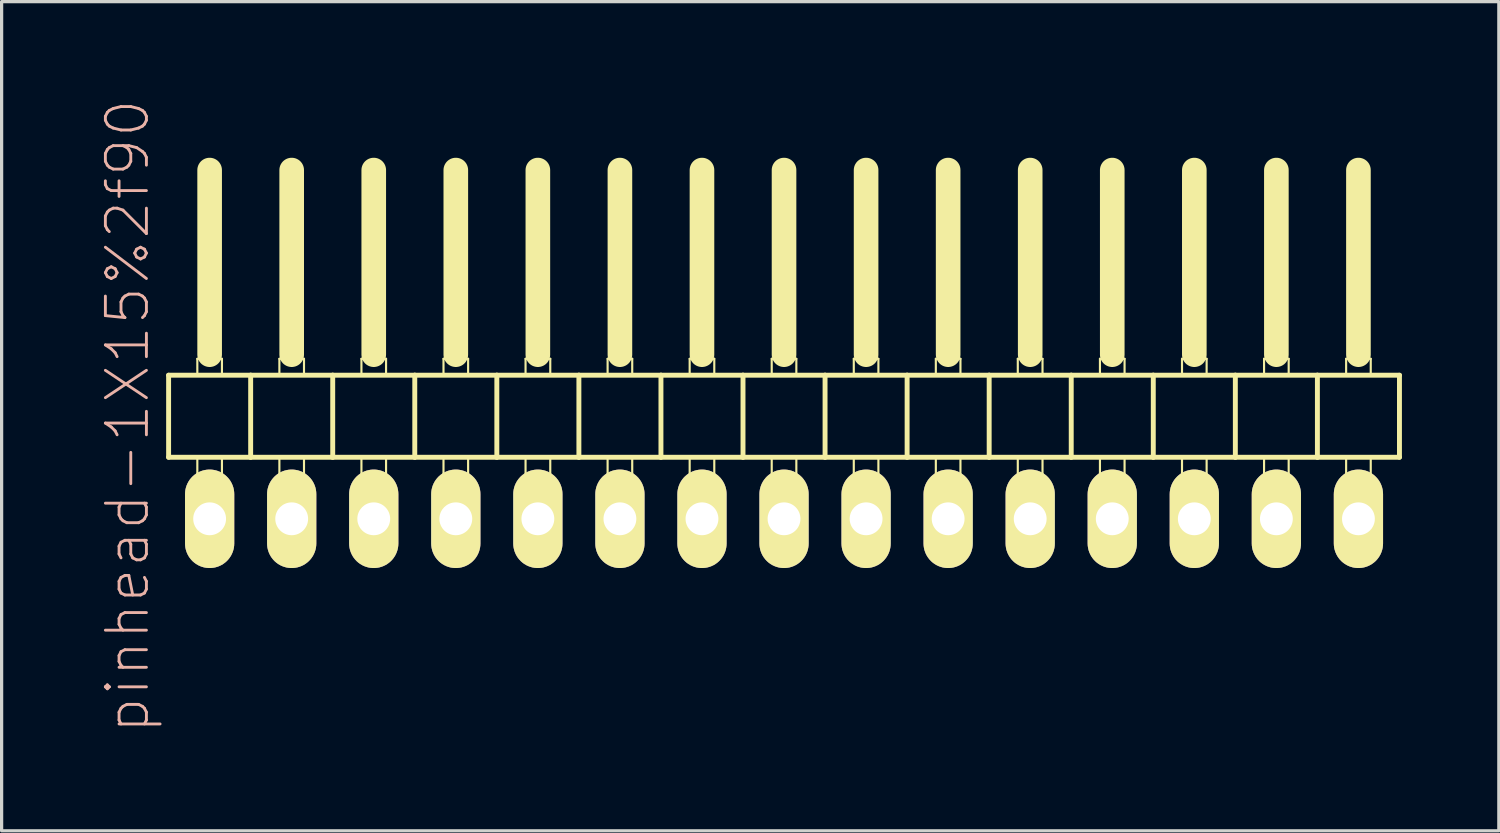
<source format=kicad_pcb>
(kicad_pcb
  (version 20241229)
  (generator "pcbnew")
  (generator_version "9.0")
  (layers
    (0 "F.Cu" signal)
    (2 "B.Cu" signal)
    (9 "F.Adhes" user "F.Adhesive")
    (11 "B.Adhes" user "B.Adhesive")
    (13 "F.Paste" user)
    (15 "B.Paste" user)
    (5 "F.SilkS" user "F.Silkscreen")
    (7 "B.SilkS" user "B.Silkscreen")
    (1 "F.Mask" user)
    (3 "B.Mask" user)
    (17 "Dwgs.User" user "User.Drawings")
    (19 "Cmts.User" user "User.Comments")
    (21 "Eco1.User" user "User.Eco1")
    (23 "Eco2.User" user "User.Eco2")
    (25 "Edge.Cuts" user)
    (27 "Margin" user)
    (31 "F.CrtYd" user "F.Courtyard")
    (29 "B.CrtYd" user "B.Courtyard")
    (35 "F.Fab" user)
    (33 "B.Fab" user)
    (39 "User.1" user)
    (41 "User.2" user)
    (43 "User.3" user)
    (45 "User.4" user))
  (footprint "pinhead-1X15%2f90"
    (layer "F.Cu")
    (at 21.219 9.199)
    (property "Reference" "pinhead-1X15%2f90" (at -20.32 0.635 90) (layer "B.SilkS") (effects (font (size 1.27 1.27) (thickness 0.089))))
    (attr exclude_from_pos_files exclude_from_bom)
    (fp_line (start -19.05 -0.635) (end -19.05 1.905) (stroke (width 0.152) (type solid)) (layer "F.SilkS"))
    (fp_line (start -19.05 1.905) (end -16.51 1.905) (stroke (width 0.152) (type solid)) (layer "F.SilkS"))
    (fp_line (start -18.161 -1.143) (end -17.399 -1.143) (stroke (width 0.066) (type solid)) (layer "F.SilkS"))
    (fp_line (start -18.161 -0.635) (end -18.161 -1.143) (stroke (width 0.066) (type solid)) (layer "F.SilkS"))
    (fp_line (start -18.161 -0.635) (end -17.399 -0.635) (stroke (width 0.066) (type solid)) (layer "F.SilkS"))
    (fp_line (start -18.161 1.905) (end -17.399 1.905) (stroke (width 0.066) (type solid)) (layer "F.SilkS"))
    (fp_line (start -18.161 2.921) (end -18.161 1.905) (stroke (width 0.066) (type solid)) (layer "F.SilkS"))
    (fp_line (start -18.161 2.921) (end -17.399 2.921) (stroke (width 0.066) (type solid)) (layer "F.SilkS"))
    (fp_line (start -17.78 -6.985) (end -17.78 -1.27) (stroke (width 0.762) (type solid)) (layer "F.SilkS"))
    (fp_line (start -17.399 -0.635) (end -17.399 -1.143) (stroke (width 0.066) (type solid)) (layer "F.SilkS"))
    (fp_line (start -17.399 2.921) (end -17.399 1.905) (stroke (width 0.066) (type solid)) (layer "F.SilkS"))
    (fp_line (start -16.51 -0.635) (end -19.05 -0.635) (stroke (width 0.152) (type solid)) (layer "F.SilkS"))
    (fp_line (start -16.51 1.905) (end -16.51 -0.635) (stroke (width 0.152) (type solid)) (layer "F.SilkS"))
    (fp_line (start -16.51 1.905) (end -13.97 1.905) (stroke (width 0.152) (type solid)) (layer "F.SilkS"))
    (fp_line (start -15.621 -1.143) (end -14.859 -1.143) (stroke (width 0.066) (type solid)) (layer "F.SilkS"))
    (fp_line (start -15.621 -0.635) (end -15.621 -1.143) (stroke (width 0.066) (type solid)) (layer "F.SilkS"))
    (fp_line (start -15.621 -0.635) (end -14.859 -0.635) (stroke (width 0.066) (type solid)) (layer "F.SilkS"))
    (fp_line (start -15.621 1.905) (end -14.859 1.905) (stroke (width 0.066) (type solid)) (layer "F.SilkS"))
    (fp_line (start -15.621 2.921) (end -15.621 1.905) (stroke (width 0.066) (type solid)) (layer "F.SilkS"))
    (fp_line (start -15.621 2.921) (end -14.859 2.921) (stroke (width 0.066) (type solid)) (layer "F.SilkS"))
    (fp_line (start -15.24 -6.985) (end -15.24 -1.27) (stroke (width 0.762) (type solid)) (layer "F.SilkS"))
    (fp_line (start -14.859 -0.635) (end -14.859 -1.143) (stroke (width 0.066) (type solid)) (layer "F.SilkS"))
    (fp_line (start -14.859 2.921) (end -14.859 1.905) (stroke (width 0.066) (type solid)) (layer "F.SilkS"))
    (fp_line (start -13.97 -0.635) (end -16.51 -0.635) (stroke (width 0.152) (type solid)) (layer "F.SilkS"))
    (fp_line (start -13.97 1.905) (end -13.97 -0.635) (stroke (width 0.152) (type solid)) (layer "F.SilkS"))
    (fp_line (start -13.97 1.905) (end -11.43 1.905) (stroke (width 0.152) (type solid)) (layer "F.SilkS"))
    (fp_line (start -13.081 -1.143) (end -12.319 -1.143) (stroke (width 0.066) (type solid)) (layer "F.SilkS"))
    (fp_line (start -13.081 -0.635) (end -13.081 -1.143) (stroke (width 0.066) (type solid)) (layer "F.SilkS"))
    (fp_line (start -13.081 -0.635) (end -12.319 -0.635) (stroke (width 0.066) (type solid)) (layer "F.SilkS"))
    (fp_line (start -13.081 1.905) (end -12.319 1.905) (stroke (width 0.066) (type solid)) (layer "F.SilkS"))
    (fp_line (start -13.081 2.921) (end -13.081 1.905) (stroke (width 0.066) (type solid)) (layer "F.SilkS"))
    (fp_line (start -13.081 2.921) (end -12.319 2.921) (stroke (width 0.066) (type solid)) (layer "F.SilkS"))
    (fp_line (start -12.7 -6.985) (end -12.7 -1.27) (stroke (width 0.762) (type solid)) (layer "F.SilkS"))
    (fp_line (start -12.319 -0.635) (end -12.319 -1.143) (stroke (width 0.066) (type solid)) (layer "F.SilkS"))
    (fp_line (start -12.319 2.921) (end -12.319 1.905) (stroke (width 0.066) (type solid)) (layer "F.SilkS"))
    (fp_line (start -11.43 -0.635) (end -13.97 -0.635) (stroke (width 0.152) (type solid)) (layer "F.SilkS"))
    (fp_line (start -11.43 1.905) (end -11.43 -0.635) (stroke (width 0.152) (type solid)) (layer "F.SilkS"))
    (fp_line (start -11.43 1.905) (end -8.89 1.905) (stroke (width 0.152) (type solid)) (layer "F.SilkS"))
    (fp_line (start -10.541 -1.143) (end -9.779 -1.143) (stroke (width 0.066) (type solid)) (layer "F.SilkS"))
    (fp_line (start -10.541 -0.635) (end -10.541 -1.143) (stroke (width 0.066) (type solid)) (layer "F.SilkS"))
    (fp_line (start -10.541 -0.635) (end -9.779 -0.635) (stroke (width 0.066) (type solid)) (layer "F.SilkS"))
    (fp_line (start -10.541 1.905) (end -9.779 1.905) (stroke (width 0.066) (type solid)) (layer "F.SilkS"))
    (fp_line (start -10.541 2.921) (end -10.541 1.905) (stroke (width 0.066) (type solid)) (layer "F.SilkS"))
    (fp_line (start -10.541 2.921) (end -9.779 2.921) (stroke (width 0.066) (type solid)) (layer "F.SilkS"))
    (fp_line (start -10.16 -6.985) (end -10.16 -1.27) (stroke (width 0.762) (type solid)) (layer "F.SilkS"))
    (fp_line (start -9.779 -0.635) (end -9.779 -1.143) (stroke (width 0.066) (type solid)) (layer "F.SilkS"))
    (fp_line (start -9.779 2.921) (end -9.779 1.905) (stroke (width 0.066) (type solid)) (layer "F.SilkS"))
    (fp_line (start -8.89 -0.635) (end -11.43 -0.635) (stroke (width 0.152) (type solid)) (layer "F.SilkS"))
    (fp_line (start -8.89 1.905) (end -8.89 -0.635) (stroke (width 0.152) (type solid)) (layer "F.SilkS"))
    (fp_line (start -8.89 1.905) (end -6.35 1.905) (stroke (width 0.152) (type solid)) (layer "F.SilkS"))
    (fp_line (start -8.001 -1.143) (end -7.236 -1.143) (stroke (width 0.066) (type solid)) (layer "F.SilkS"))
    (fp_line (start -8.001 -0.635) (end -8.001 -1.143) (stroke (width 0.066) (type solid)) (layer "F.SilkS"))
    (fp_line (start -8.001 -0.635) (end -7.236 -0.635) (stroke (width 0.066) (type solid)) (layer "F.SilkS"))
    (fp_line (start -8.001 1.905) (end -7.236 1.905) (stroke (width 0.066) (type solid)) (layer "F.SilkS"))
    (fp_line (start -8.001 2.921) (end -8.001 1.905) (stroke (width 0.066) (type solid)) (layer "F.SilkS"))
    (fp_line (start -8.001 2.921) (end -7.236 2.921) (stroke (width 0.066) (type solid)) (layer "F.SilkS"))
    (fp_line (start -7.62 -6.985) (end -7.62 -1.27) (stroke (width 0.762) (type solid)) (layer "F.SilkS"))
    (fp_line (start -7.236 -0.635) (end -7.236 -1.143) (stroke (width 0.066) (type solid)) (layer "F.SilkS"))
    (fp_line (start -7.236 2.921) (end -7.236 1.905) (stroke (width 0.066) (type solid)) (layer "F.SilkS"))
    (fp_line (start -6.35 -0.635) (end -8.89 -0.635) (stroke (width 0.152) (type solid)) (layer "F.SilkS"))
    (fp_line (start -6.35 1.905) (end -6.35 -0.635) (stroke (width 0.152) (type solid)) (layer "F.SilkS"))
    (fp_line (start -6.35 1.905) (end -3.81 1.905) (stroke (width 0.152) (type solid)) (layer "F.SilkS"))
    (fp_line (start -5.461 -1.143) (end -4.699 -1.143) (stroke (width 0.066) (type solid)) (layer "F.SilkS"))
    (fp_line (start -5.461 -0.635) (end -5.461 -1.143) (stroke (width 0.066) (type solid)) (layer "F.SilkS"))
    (fp_line (start -5.461 -0.635) (end -4.699 -0.635) (stroke (width 0.066) (type solid)) (layer "F.SilkS"))
    (fp_line (start -5.461 1.905) (end -4.699 1.905) (stroke (width 0.066) (type solid)) (layer "F.SilkS"))
    (fp_line (start -5.461 2.921) (end -5.461 1.905) (stroke (width 0.066) (type solid)) (layer "F.SilkS"))
    (fp_line (start -5.461 2.921) (end -4.699 2.921) (stroke (width 0.066) (type solid)) (layer "F.SilkS"))
    (fp_line (start -5.08 -6.985) (end -5.08 -1.27) (stroke (width 0.762) (type solid)) (layer "F.SilkS"))
    (fp_line (start -4.699 -0.635) (end -4.699 -1.143) (stroke (width 0.066) (type solid)) (layer "F.SilkS"))
    (fp_line (start -4.699 2.921) (end -4.699 1.905) (stroke (width 0.066) (type solid)) (layer "F.SilkS"))
    (fp_line (start -3.81 -0.635) (end -6.35 -0.635) (stroke (width 0.152) (type solid)) (layer "F.SilkS"))
    (fp_line (start -3.81 1.905) (end -3.81 -0.635) (stroke (width 0.152) (type solid)) (layer "F.SilkS"))
    (fp_line (start -3.81 1.905) (end -1.27 1.905) (stroke (width 0.152) (type solid)) (layer "F.SilkS"))
    (fp_line (start -2.921 -1.143) (end -2.159 -1.143) (stroke (width 0.066) (type solid)) (layer "F.SilkS"))
    (fp_line (start -2.921 -0.635) (end -2.921 -1.143) (stroke (width 0.066) (type solid)) (layer "F.SilkS"))
    (fp_line (start -2.921 -0.635) (end -2.159 -0.635) (stroke (width 0.066) (type solid)) (layer "F.SilkS"))
    (fp_line (start -2.921 1.905) (end -2.159 1.905) (stroke (width 0.066) (type solid)) (layer "F.SilkS"))
    (fp_line (start -2.921 2.921) (end -2.921 1.905) (stroke (width 0.066) (type solid)) (layer "F.SilkS"))
    (fp_line (start -2.921 2.921) (end -2.159 2.921) (stroke (width 0.066) (type solid)) (layer "F.SilkS"))
    (fp_line (start -2.54 -6.985) (end -2.54 -1.27) (stroke (width 0.762) (type solid)) (layer "F.SilkS"))
    (fp_line (start -2.159 -0.635) (end -2.159 -1.143) (stroke (width 0.066) (type solid)) (layer "F.SilkS"))
    (fp_line (start -2.159 2.921) (end -2.159 1.905) (stroke (width 0.066) (type solid)) (layer "F.SilkS"))
    (fp_line (start -1.27 -0.635) (end -3.81 -0.635) (stroke (width 0.152) (type solid)) (layer "F.SilkS"))
    (fp_line (start -1.27 1.905) (end -1.27 -0.635) (stroke (width 0.152) (type solid)) (layer "F.SilkS"))
    (fp_line (start -1.27 1.905) (end 1.27 1.905) (stroke (width 0.152) (type solid)) (layer "F.SilkS"))
    (fp_line (start -0.381 -1.143) (end 0.381 -1.143) (stroke (width 0.066) (type solid)) (layer "F.SilkS"))
    (fp_line (start -0.381 -0.635) (end -0.381 -1.143) (stroke (width 0.066) (type solid)) (layer "F.SilkS"))
    (fp_line (start -0.381 -0.635) (end 0.381 -0.635) (stroke (width 0.066) (type solid)) (layer "F.SilkS"))
    (fp_line (start -0.381 1.905) (end 0.381 1.905) (stroke (width 0.066) (type solid)) (layer "F.SilkS"))
    (fp_line (start -0.381 2.921) (end -0.381 1.905) (stroke (width 0.066) (type solid)) (layer "F.SilkS"))
    (fp_line (start -0.381 2.921) (end 0.381 2.921) (stroke (width 0.066) (type solid)) (layer "F.SilkS"))
    (fp_line (start 0 -6.985) (end 0 -1.27) (stroke (width 0.762) (type solid)) (layer "F.SilkS"))
    (fp_line (start 0.381 -0.635) (end 0.381 -1.143) (stroke (width 0.066) (type solid)) (layer "F.SilkS"))
    (fp_line (start 0.381 2.921) (end 0.381 1.905) (stroke (width 0.066) (type solid)) (layer "F.SilkS"))
    (fp_line (start 1.27 -0.635) (end -1.27 -0.635) (stroke (width 0.152) (type solid)) (layer "F.SilkS"))
    (fp_line (start 1.27 1.905) (end 1.27 -0.635) (stroke (width 0.152) (type solid)) (layer "F.SilkS"))
    (fp_line (start 1.27 1.905) (end 3.81 1.905) (stroke (width 0.152) (type solid)) (layer "F.SilkS"))
    (fp_line (start 2.159 -1.143) (end 2.921 -1.143) (stroke (width 0.066) (type solid)) (layer "F.SilkS"))
    (fp_line (start 2.159 -0.635) (end 2.159 -1.143) (stroke (width 0.066) (type solid)) (layer "F.SilkS"))
    (fp_line (start 2.159 -0.635) (end 2.921 -0.635) (stroke (width 0.066) (type solid)) (layer "F.SilkS"))
    (fp_line (start 2.159 1.905) (end 2.921 1.905) (stroke (width 0.066) (type solid)) (layer "F.SilkS"))
    (fp_line (start 2.159 2.921) (end 2.159 1.905) (stroke (width 0.066) (type solid)) (layer "F.SilkS"))
    (fp_line (start 2.159 2.921) (end 2.921 2.921) (stroke (width 0.066) (type solid)) (layer "F.SilkS"))
    (fp_line (start 2.54 -6.985) (end 2.54 -1.27) (stroke (width 0.762) (type solid)) (layer "F.SilkS"))
    (fp_line (start 2.921 -0.635) (end 2.921 -1.143) (stroke (width 0.066) (type solid)) (layer "F.SilkS"))
    (fp_line (start 2.921 2.921) (end 2.921 1.905) (stroke (width 0.066) (type solid)) (layer "F.SilkS"))
    (fp_line (start 3.81 -0.635) (end 1.27 -0.635) (stroke (width 0.152) (type solid)) (layer "F.SilkS"))
    (fp_line (start 3.81 1.905) (end 3.81 -0.635) (stroke (width 0.152) (type solid)) (layer "F.SilkS"))
    (fp_line (start 3.81 1.905) (end 6.35 1.905) (stroke (width 0.152) (type solid)) (layer "F.SilkS"))
    (fp_line (start 4.699 -1.143) (end 5.461 -1.143) (stroke (width 0.066) (type solid)) (layer "F.SilkS"))
    (fp_line (start 4.699 -0.635) (end 4.699 -1.143) (stroke (width 0.066) (type solid)) (layer "F.SilkS"))
    (fp_line (start 4.699 -0.635) (end 5.461 -0.635) (stroke (width 0.066) (type solid)) (layer "F.SilkS"))
    (fp_line (start 4.699 1.905) (end 5.461 1.905) (stroke (width 0.066) (type solid)) (layer "F.SilkS"))
    (fp_line (start 4.699 2.921) (end 4.699 1.905) (stroke (width 0.066) (type solid)) (layer "F.SilkS"))
    (fp_line (start 4.699 2.921) (end 5.461 2.921) (stroke (width 0.066) (type solid)) (layer "F.SilkS"))
    (fp_line (start 5.08 -6.985) (end 5.08 -1.27) (stroke (width 0.762) (type solid)) (layer "F.SilkS"))
    (fp_line (start 5.461 -0.635) (end 5.461 -1.143) (stroke (width 0.066) (type solid)) (layer "F.SilkS"))
    (fp_line (start 5.461 2.921) (end 5.461 1.905) (stroke (width 0.066) (type solid)) (layer "F.SilkS"))
    (fp_line (start 6.35 -0.635) (end 3.81 -0.635) (stroke (width 0.152) (type solid)) (layer "F.SilkS"))
    (fp_line (start 6.35 1.905) (end 6.35 -0.635) (stroke (width 0.152) (type solid)) (layer "F.SilkS"))
    (fp_line (start 6.35 1.905) (end 8.89 1.905) (stroke (width 0.152) (type solid)) (layer "F.SilkS"))
    (fp_line (start 7.236 -1.143) (end 8.001 -1.143) (stroke (width 0.066) (type solid)) (layer "F.SilkS"))
    (fp_line (start 7.236 -0.635) (end 7.236 -1.143) (stroke (width 0.066) (type solid)) (layer "F.SilkS"))
    (fp_line (start 7.236 -0.635) (end 8.001 -0.635) (stroke (width 0.066) (type solid)) (layer "F.SilkS"))
    (fp_line (start 7.236 1.905) (end 8.001 1.905) (stroke (width 0.066) (type solid)) (layer "F.SilkS"))
    (fp_line (start 7.236 2.921) (end 7.236 1.905) (stroke (width 0.066) (type solid)) (layer "F.SilkS"))
    (fp_line (start 7.236 2.921) (end 8.001 2.921) (stroke (width 0.066) (type solid)) (layer "F.SilkS"))
    (fp_line (start 7.62 -6.985) (end 7.62 -1.27) (stroke (width 0.762) (type solid)) (layer "F.SilkS"))
    (fp_line (start 8.001 -0.635) (end 8.001 -1.143) (stroke (width 0.066) (type solid)) (layer "F.SilkS"))
    (fp_line (start 8.001 2.921) (end 8.001 1.905) (stroke (width 0.066) (type solid)) (layer "F.SilkS"))
    (fp_line (start 8.89 -0.635) (end 6.35 -0.635) (stroke (width 0.152) (type solid)) (layer "F.SilkS"))
    (fp_line (start 8.89 1.905) (end 8.89 -0.635) (stroke (width 0.152) (type solid)) (layer "F.SilkS"))
    (fp_line (start 8.89 1.905) (end 11.43 1.905) (stroke (width 0.152) (type solid)) (layer "F.SilkS"))
    (fp_line (start 9.779 -1.143) (end 10.541 -1.143) (stroke (width 0.066) (type solid)) (layer "F.SilkS"))
    (fp_line (start 9.779 -0.635) (end 9.779 -1.143) (stroke (width 0.066) (type solid)) (layer "F.SilkS"))
    (fp_line (start 9.779 -0.635) (end 10.541 -0.635) (stroke (width 0.066) (type solid)) (layer "F.SilkS"))
    (fp_line (start 9.779 1.905) (end 10.541 1.905) (stroke (width 0.066) (type solid)) (layer "F.SilkS"))
    (fp_line (start 9.779 2.921) (end 9.779 1.905) (stroke (width 0.066) (type solid)) (layer "F.SilkS"))
    (fp_line (start 9.779 2.921) (end 10.541 2.921) (stroke (width 0.066) (type solid)) (layer "F.SilkS"))
    (fp_line (start 10.16 -6.985) (end 10.16 -1.27) (stroke (width 0.762) (type solid)) (layer "F.SilkS"))
    (fp_line (start 10.541 -0.635) (end 10.541 -1.143) (stroke (width 0.066) (type solid)) (layer "F.SilkS"))
    (fp_line (start 10.541 2.921) (end 10.541 1.905) (stroke (width 0.066) (type solid)) (layer "F.SilkS"))
    (fp_line (start 11.43 -0.635) (end 8.89 -0.635) (stroke (width 0.152) (type solid)) (layer "F.SilkS"))
    (fp_line (start 11.43 1.905) (end 11.43 -0.635) (stroke (width 0.152) (type solid)) (layer "F.SilkS"))
    (fp_line (start 11.43 1.905) (end 13.97 1.905) (stroke (width 0.152) (type solid)) (layer "F.SilkS"))
    (fp_line (start 12.319 -1.143) (end 13.081 -1.143) (stroke (width 0.066) (type solid)) (layer "F.SilkS"))
    (fp_line (start 12.319 -0.635) (end 12.319 -1.143) (stroke (width 0.066) (type solid)) (layer "F.SilkS"))
    (fp_line (start 12.319 -0.635) (end 13.081 -0.635) (stroke (width 0.066) (type solid)) (layer "F.SilkS"))
    (fp_line (start 12.319 1.905) (end 13.081 1.905) (stroke (width 0.066) (type solid)) (layer "F.SilkS"))
    (fp_line (start 12.319 2.921) (end 12.319 1.905) (stroke (width 0.066) (type solid)) (layer "F.SilkS"))
    (fp_line (start 12.319 2.921) (end 13.081 2.921) (stroke (width 0.066) (type solid)) (layer "F.SilkS"))
    (fp_line (start 12.7 -6.985) (end 12.7 -1.27) (stroke (width 0.762) (type solid)) (layer "F.SilkS"))
    (fp_line (start 13.081 -0.635) (end 13.081 -1.143) (stroke (width 0.066) (type solid)) (layer "F.SilkS"))
    (fp_line (start 13.081 2.921) (end 13.081 1.905) (stroke (width 0.066) (type solid)) (layer "F.SilkS"))
    (fp_line (start 13.97 -0.635) (end 11.43 -0.635) (stroke (width 0.152) (type solid)) (layer "F.SilkS"))
    (fp_line (start 13.97 1.905) (end 13.97 -0.635) (stroke (width 0.152) (type solid)) (layer "F.SilkS"))
    (fp_line (start 13.97 1.905) (end 16.51 1.905) (stroke (width 0.152) (type solid)) (layer "F.SilkS"))
    (fp_line (start 14.859 -1.143) (end 15.621 -1.143) (stroke (width 0.066) (type solid)) (layer "F.SilkS"))
    (fp_line (start 14.859 -0.635) (end 14.859 -1.143) (stroke (width 0.066) (type solid)) (layer "F.SilkS"))
    (fp_line (start 14.859 -0.635) (end 15.621 -0.635) (stroke (width 0.066) (type solid)) (layer "F.SilkS"))
    (fp_line (start 14.859 1.905) (end 15.621 1.905) (stroke (width 0.066) (type solid)) (layer "F.SilkS"))
    (fp_line (start 14.859 2.921) (end 14.859 1.905) (stroke (width 0.066) (type solid)) (layer "F.SilkS"))
    (fp_line (start 14.859 2.921) (end 15.621 2.921) (stroke (width 0.066) (type solid)) (layer "F.SilkS"))
    (fp_line (start 15.24 -6.985) (end 15.24 -1.27) (stroke (width 0.762) (type solid)) (layer "F.SilkS"))
    (fp_line (start 15.621 -0.635) (end 15.621 -1.143) (stroke (width 0.066) (type solid)) (layer "F.SilkS"))
    (fp_line (start 15.621 2.921) (end 15.621 1.905) (stroke (width 0.066) (type solid)) (layer "F.SilkS"))
    (fp_line (start 16.51 -0.635) (end 13.97 -0.635) (stroke (width 0.152) (type solid)) (layer "F.SilkS"))
    (fp_line (start 16.51 1.905) (end 16.51 -0.635) (stroke (width 0.152) (type solid)) (layer "F.SilkS"))
    (fp_line (start 16.51 1.905) (end 19.05 1.905) (stroke (width 0.152) (type solid)) (layer "F.SilkS"))
    (fp_line (start 17.399 -1.143) (end 18.161 -1.143) (stroke (width 0.066) (type solid)) (layer "F.SilkS"))
    (fp_line (start 17.399 -0.635) (end 17.399 -1.143) (stroke (width 0.066) (type solid)) (layer "F.SilkS"))
    (fp_line (start 17.399 -0.635) (end 18.161 -0.635) (stroke (width 0.066) (type solid)) (layer "F.SilkS"))
    (fp_line (start 17.399 1.905) (end 18.161 1.905) (stroke (width 0.066) (type solid)) (layer "F.SilkS"))
    (fp_line (start 17.399 2.921) (end 17.399 1.905) (stroke (width 0.066) (type solid)) (layer "F.SilkS"))
    (fp_line (start 17.399 2.921) (end 18.161 2.921) (stroke (width 0.066) (type solid)) (layer "F.SilkS"))
    (fp_line (start 17.78 -6.985) (end 17.78 -1.27) (stroke (width 0.762) (type solid)) (layer "F.SilkS"))
    (fp_line (start 18.161 -0.635) (end 18.161 -1.143) (stroke (width 0.066) (type solid)) (layer "F.SilkS"))
    (fp_line (start 18.161 2.921) (end 18.161 1.905) (stroke (width 0.066) (type solid)) (layer "F.SilkS"))
    (fp_line (start 19.05 -0.635) (end 16.51 -0.635) (stroke (width 0.152) (type solid)) (layer "F.SilkS"))
    (fp_line (start 19.05 1.905) (end 19.05 -0.635) (stroke (width 0.152) (type solid)) (layer "F.SilkS"))
    (pad "1" thru_hole oval (at -17.78 3.81) (size 1.524 3.048) (drill 1.016) (layers "*.Cu" "F.Mask" "F.SilkS" "F.Paste"))
    (pad "2" thru_hole oval (at -15.24 3.81) (size 1.524 3.048) (drill 1.016) (layers "*.Cu" "F.Mask" "F.SilkS" "F.Paste"))
    (pad "3" thru_hole oval (at -12.7 3.81) (size 1.524 3.048) (drill 1.016) (layers "*.Cu" "F.Mask" "F.SilkS" "F.Paste"))
    (pad "4" thru_hole oval (at -10.16 3.81) (size 1.524 3.048) (drill 1.016) (layers "*.Cu" "F.Mask" "F.SilkS" "F.Paste"))
    (pad "5" thru_hole oval (at -7.62 3.81) (size 1.524 3.048) (drill 1.016) (layers "*.Cu" "F.Mask" "F.SilkS" "F.Paste"))
    (pad "6" thru_hole oval (at -5.08 3.81) (size 1.524 3.048) (drill 1.016) (layers "*.Cu" "F.Mask" "F.SilkS" "F.Paste"))
    (pad "7" thru_hole oval (at -2.54 3.81) (size 1.524 3.048) (drill 1.016) (layers "*.Cu" "F.Mask" "F.SilkS" "F.Paste"))
    (pad "8" thru_hole oval (at 0 3.81) (size 1.524 3.048) (drill 1.016) (layers "*.Cu" "F.Mask" "F.SilkS" "F.Paste"))
    (pad "9" thru_hole oval (at 2.54 3.81) (size 1.524 3.048) (drill 1.016) (layers "*.Cu" "F.Mask" "F.SilkS" "F.Paste"))
    (pad "10" thru_hole oval (at 5.08 3.81) (size 1.524 3.048) (drill 1.016) (layers "*.Cu" "F.Mask" "F.SilkS" "F.Paste"))
    (pad "11" thru_hole oval (at 7.62 3.81) (size 1.524 3.048) (drill 1.016) (layers "*.Cu" "F.Mask" "F.SilkS" "F.Paste"))
    (pad "12" thru_hole oval (at 10.16 3.81) (size 1.524 3.048) (drill 1.016) (layers "*.Cu" "F.Mask" "F.SilkS" "F.Paste"))
    (pad "13" thru_hole oval (at 12.7 3.81) (size 1.524 3.048) (drill 1.016) (layers "*.Cu" "F.Mask" "F.SilkS" "F.Paste"))
    (pad "14" thru_hole oval (at 15.24 3.81) (size 1.524 3.048) (drill 1.016) (layers "*.Cu" "F.Mask" "F.SilkS" "F.Paste"))
    (pad "15" thru_hole oval (at 17.78 3.81) (size 1.524 3.048) (drill 1.016) (layers "*.Cu" "F.Mask" "F.SilkS" "F.Paste")))
  (gr_rect
    (start -3 -3)
    (end 43.345 22.667)
    (stroke (width 0.1) (type default))
    (fill no)
    (layer "Edge.Cuts")))
</source>
